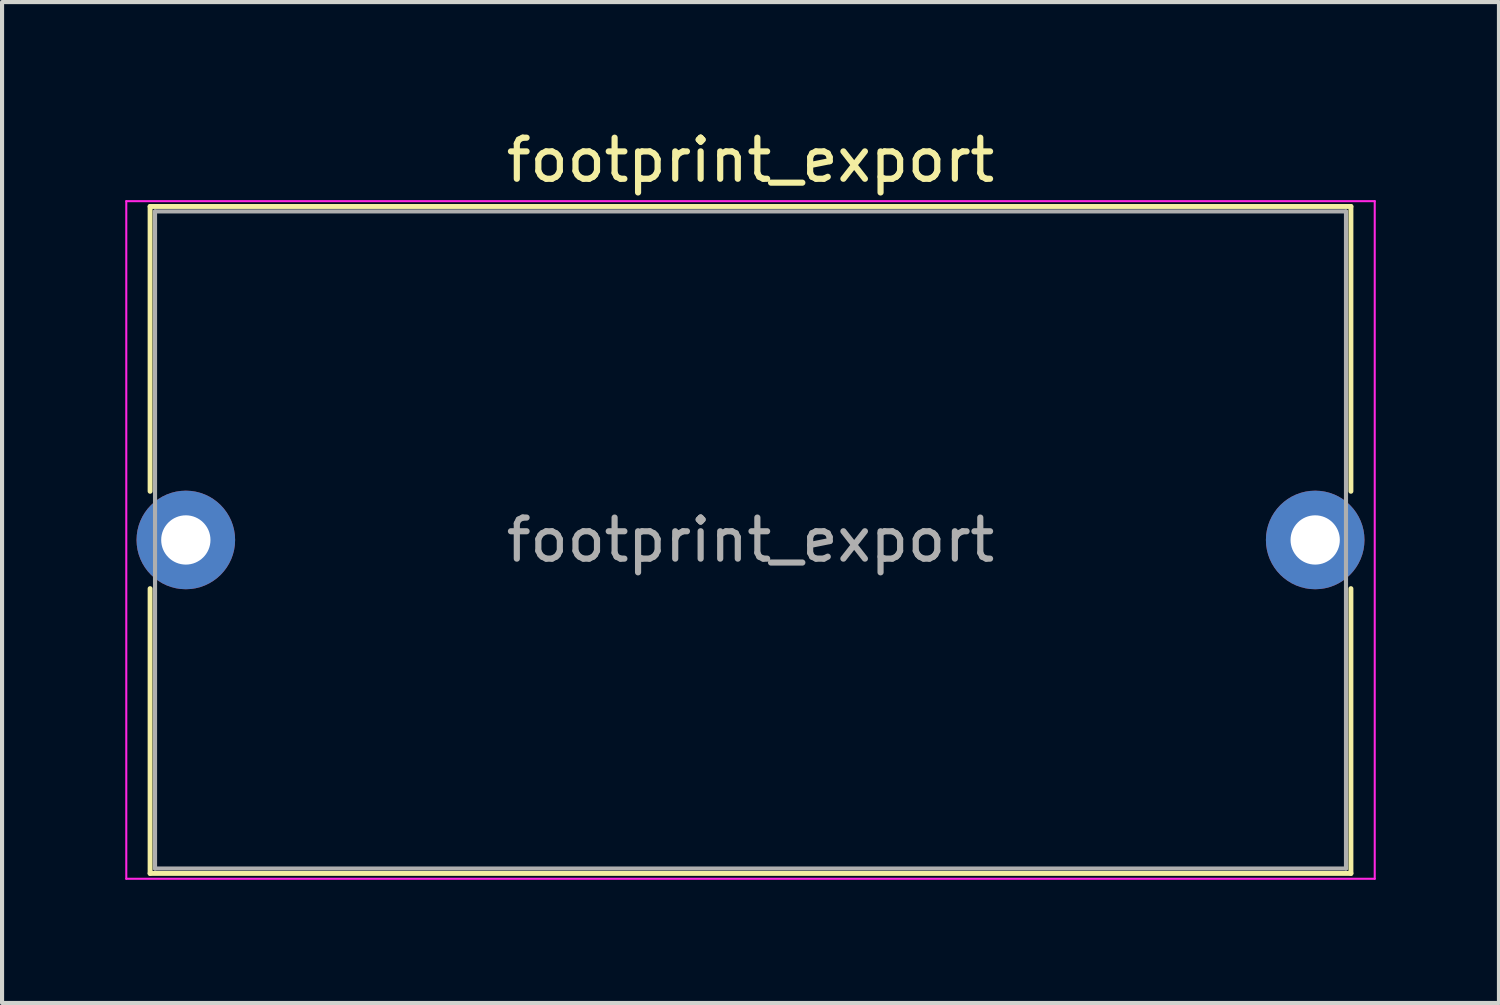
<source format=kicad_pcb>
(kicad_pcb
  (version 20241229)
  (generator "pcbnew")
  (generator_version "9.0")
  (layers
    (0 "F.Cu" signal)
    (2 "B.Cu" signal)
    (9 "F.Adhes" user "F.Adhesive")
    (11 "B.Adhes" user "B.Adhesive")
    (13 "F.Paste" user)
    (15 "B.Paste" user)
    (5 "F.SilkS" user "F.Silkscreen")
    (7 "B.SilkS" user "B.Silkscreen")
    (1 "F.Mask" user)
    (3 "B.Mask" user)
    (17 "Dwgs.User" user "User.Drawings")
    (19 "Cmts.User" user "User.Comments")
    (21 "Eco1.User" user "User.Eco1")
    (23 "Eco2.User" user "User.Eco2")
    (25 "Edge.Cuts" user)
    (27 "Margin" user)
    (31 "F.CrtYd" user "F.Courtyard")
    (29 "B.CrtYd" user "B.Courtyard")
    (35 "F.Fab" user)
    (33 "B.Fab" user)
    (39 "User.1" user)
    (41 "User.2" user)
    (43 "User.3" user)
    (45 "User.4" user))
  (footprint "footprint_export"
    (layer "F.Cu")
    (at 1.475 10.098)
    (property "Reference" "footprint_export" (at 13.75 -9.25 0) (layer "F.SilkS") (effects (font (size 1 1) (thickness 0.15))))
    (attr through_hole)
    (fp_line (start -0.87 -8.12) (end -0.87 -1.185) (stroke (width 0.12) (type solid)) (layer "F.SilkS"))
    (fp_line (start -0.87 -8.12) (end 28.37 -8.12) (stroke (width 0.12) (type solid)) (layer "F.SilkS"))
    (fp_line (start -0.87 1.185) (end -0.87 8.12) (stroke (width 0.12) (type solid)) (layer "F.SilkS"))
    (fp_line (start -0.87 8.12) (end 28.37 8.12) (stroke (width 0.12) (type solid)) (layer "F.SilkS"))
    (fp_line (start 28.37 -8.12) (end 28.37 -1.185) (stroke (width 0.12) (type solid)) (layer "F.SilkS"))
    (fp_line (start 28.37 1.185) (end 28.37 8.12) (stroke (width 0.12) (type solid)) (layer "F.SilkS"))
    (fp_line (start -1.45 -8.25) (end -1.45 8.25) (stroke (width 0.05) (type solid)) (layer "F.CrtYd"))
    (fp_line (start -1.45 8.25) (end 28.95 8.25) (stroke (width 0.05) (type solid)) (layer "F.CrtYd"))
    (fp_line (start 28.95 -8.25) (end -1.45 -8.25) (stroke (width 0.05) (type solid)) (layer "F.CrtYd"))
    (fp_line (start 28.95 8.25) (end 28.95 -8.25) (stroke (width 0.05) (type solid)) (layer "F.CrtYd"))
    (fp_line (start -0.75 -8) (end -0.75 8) (stroke (width 0.1) (type solid)) (layer "F.Fab"))
    (fp_line (start -0.75 8) (end 28.25 8) (stroke (width 0.1) (type solid)) (layer "F.Fab"))
    (fp_line (start 28.25 -8) (end -0.75 -8) (stroke (width 0.1) (type solid)) (layer "F.Fab"))
    (fp_line (start 28.25 8) (end 28.25 -8) (stroke (width 0.1) (type solid)) (layer "F.Fab"))
    (fp_text user "${REFERENCE}" (at 13.75 0 0) (layer "F.Fab") (effects (font (size 1 1) (thickness 0.15))))
    (pad "1" thru_hole circle (at 0 0) (size 2.4 2.4) (drill 1.2) (layers "*.Cu" "*.Mask"))
    (pad "2" thru_hole circle (at 27.5 0) (size 2.4 2.4) (drill 1.2) (layers "*.Cu" "*.Mask")))
  (gr_rect
    (start -3 -3)
    (end 33.45 21.373)
    (stroke (width 0.1) (type default))
    (fill no)
    (layer "Edge.Cuts")))
</source>
